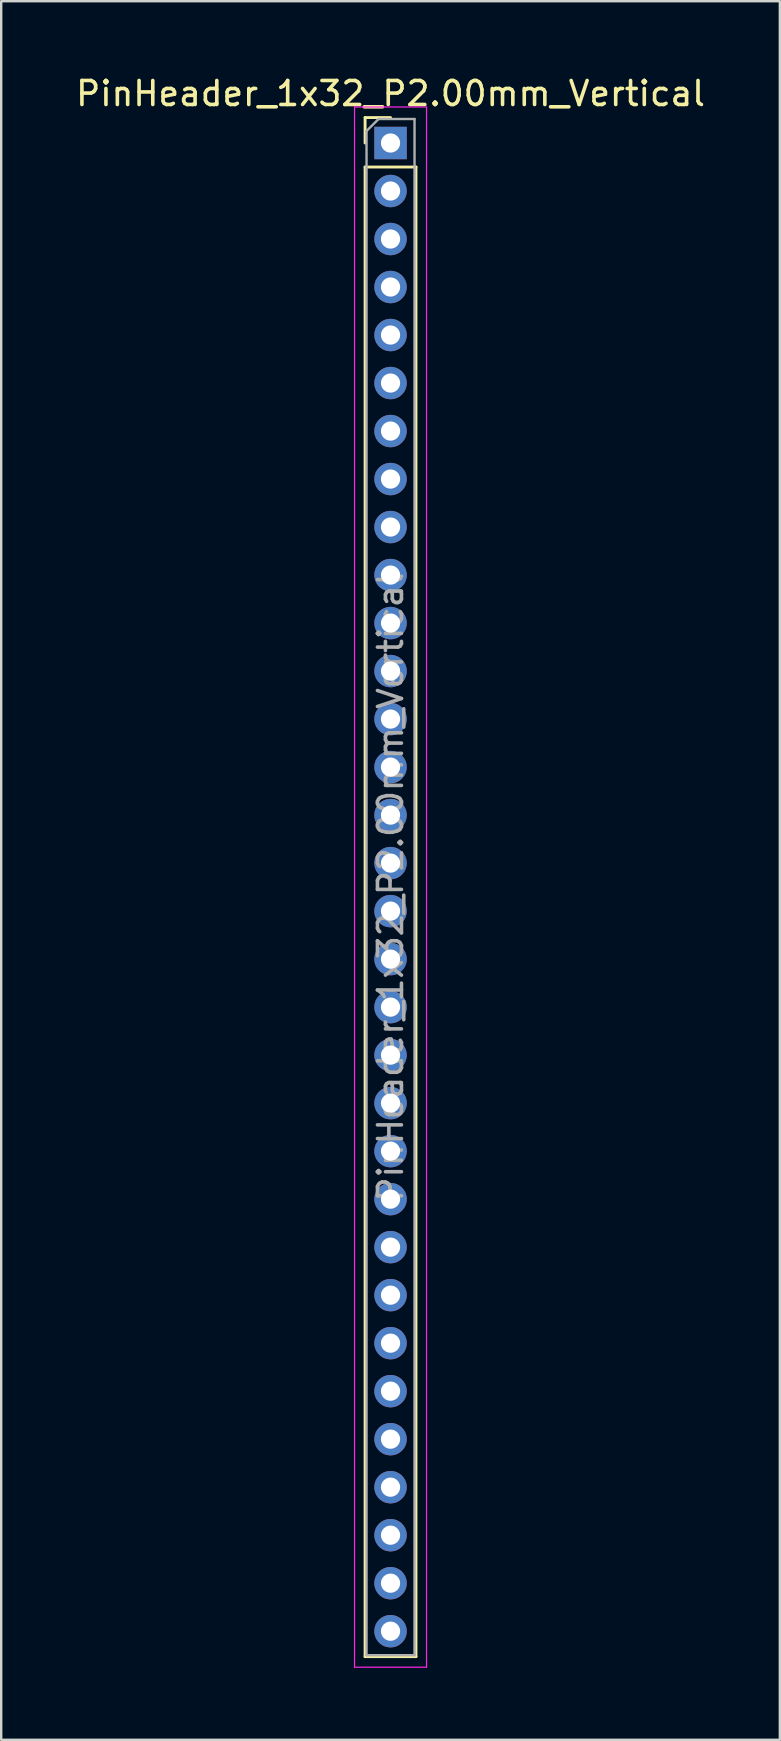
<source format=kicad_pcb>
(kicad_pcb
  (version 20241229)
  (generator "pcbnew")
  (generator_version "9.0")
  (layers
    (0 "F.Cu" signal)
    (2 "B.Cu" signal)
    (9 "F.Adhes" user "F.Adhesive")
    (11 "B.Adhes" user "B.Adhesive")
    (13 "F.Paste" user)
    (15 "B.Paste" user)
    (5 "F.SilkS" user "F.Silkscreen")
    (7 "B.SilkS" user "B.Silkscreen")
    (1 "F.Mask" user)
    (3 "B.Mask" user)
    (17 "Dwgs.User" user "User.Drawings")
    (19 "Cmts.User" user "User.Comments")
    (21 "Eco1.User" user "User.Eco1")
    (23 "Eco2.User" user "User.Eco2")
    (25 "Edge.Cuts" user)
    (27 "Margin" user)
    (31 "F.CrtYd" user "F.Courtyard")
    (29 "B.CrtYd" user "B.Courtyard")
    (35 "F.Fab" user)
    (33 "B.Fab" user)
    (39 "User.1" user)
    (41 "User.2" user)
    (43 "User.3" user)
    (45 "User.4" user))
  (footprint "PinHeader_1x32_P2.00mm_Vertical"
    (layer "F.Cu")
    (at 13.22 2.908)
    (property "Reference" "PinHeader_1x32_P2.00mm_Vertical" (at 0 -2.06 0) (layer "F.SilkS") (effects (font (size 1 1) (thickness 0.15))))
    (attr through_hole)
    (fp_line (start -1.06 -1.06) (end 0 -1.06) (stroke (width 0.12) (type solid)) (layer "F.SilkS"))
    (fp_line (start -1.06 0) (end -1.06 -1.06) (stroke (width 0.12) (type solid)) (layer "F.SilkS"))
    (fp_line (start -1.06 1) (end -1.06 63.06) (stroke (width 0.12) (type solid)) (layer "F.SilkS"))
    (fp_line (start -1.06 1) (end 1.06 1) (stroke (width 0.12) (type solid)) (layer "F.SilkS"))
    (fp_line (start -1.06 63.06) (end 1.06 63.06) (stroke (width 0.12) (type solid)) (layer "F.SilkS"))
    (fp_line (start 1.06 1) (end 1.06 63.06) (stroke (width 0.12) (type solid)) (layer "F.SilkS"))
    (fp_line (start -1.5 -1.5) (end -1.5 63.5) (stroke (width 0.05) (type solid)) (layer "F.CrtYd"))
    (fp_line (start -1.5 63.5) (end 1.5 63.5) (stroke (width 0.05) (type solid)) (layer "F.CrtYd"))
    (fp_line (start 1.5 -1.5) (end -1.5 -1.5) (stroke (width 0.05) (type solid)) (layer "F.CrtYd"))
    (fp_line (start 1.5 63.5) (end 1.5 -1.5) (stroke (width 0.05) (type solid)) (layer "F.CrtYd"))
    (fp_line (start -1 -0.5) (end -0.5 -1) (stroke (width 0.1) (type solid)) (layer "F.Fab"))
    (fp_line (start -1 63) (end -1 -0.5) (stroke (width 0.1) (type solid)) (layer "F.Fab"))
    (fp_line (start -0.5 -1) (end 1 -1) (stroke (width 0.1) (type solid)) (layer "F.Fab"))
    (fp_line (start 1 -1) (end 1 63) (stroke (width 0.1) (type solid)) (layer "F.Fab"))
    (fp_line (start 1 63) (end -1 63) (stroke (width 0.1) (type solid)) (layer "F.Fab"))
    (fp_text user "${REFERENCE}" (at 0 31 90) (layer "F.Fab") (effects (font (size 1 1) (thickness 0.15))))
    (pad "1" thru_hole rect (at 0 0) (size 1.35 1.35) (drill 0.8) (layers "*.Cu" "*.Mask"))
    (pad "2" thru_hole oval (at 0 2) (size 1.35 1.35) (drill 0.8) (layers "*.Cu" "*.Mask"))
    (pad "3" thru_hole oval (at 0 4) (size 1.35 1.35) (drill 0.8) (layers "*.Cu" "*.Mask"))
    (pad "4" thru_hole oval (at 0 6) (size 1.35 1.35) (drill 0.8) (layers "*.Cu" "*.Mask"))
    (pad "5" thru_hole oval (at 0 8) (size 1.35 1.35) (drill 0.8) (layers "*.Cu" "*.Mask"))
    (pad "6" thru_hole oval (at 0 10) (size 1.35 1.35) (drill 0.8) (layers "*.Cu" "*.Mask"))
    (pad "7" thru_hole oval (at 0 12) (size 1.35 1.35) (drill 0.8) (layers "*.Cu" "*.Mask"))
    (pad "8" thru_hole oval (at 0 14) (size 1.35 1.35) (drill 0.8) (layers "*.Cu" "*.Mask"))
    (pad "9" thru_hole oval (at 0 16) (size 1.35 1.35) (drill 0.8) (layers "*.Cu" "*.Mask"))
    (pad "10" thru_hole oval (at 0 18) (size 1.35 1.35) (drill 0.8) (layers "*.Cu" "*.Mask"))
    (pad "11" thru_hole oval (at 0 20) (size 1.35 1.35) (drill 0.8) (layers "*.Cu" "*.Mask"))
    (pad "12" thru_hole oval (at 0 22) (size 1.35 1.35) (drill 0.8) (layers "*.Cu" "*.Mask"))
    (pad "13" thru_hole oval (at 0 24) (size 1.35 1.35) (drill 0.8) (layers "*.Cu" "*.Mask"))
    (pad "14" thru_hole oval (at 0 26) (size 1.35 1.35) (drill 0.8) (layers "*.Cu" "*.Mask"))
    (pad "15" thru_hole oval (at 0 28) (size 1.35 1.35) (drill 0.8) (layers "*.Cu" "*.Mask"))
    (pad "16" thru_hole oval (at 0 30) (size 1.35 1.35) (drill 0.8) (layers "*.Cu" "*.Mask"))
    (pad "17" thru_hole oval (at 0 32) (size 1.35 1.35) (drill 0.8) (layers "*.Cu" "*.Mask"))
    (pad "18" thru_hole oval (at 0 34) (size 1.35 1.35) (drill 0.8) (layers "*.Cu" "*.Mask"))
    (pad "19" thru_hole oval (at 0 36) (size 1.35 1.35) (drill 0.8) (layers "*.Cu" "*.Mask"))
    (pad "20" thru_hole oval (at 0 38) (size 1.35 1.35) (drill 0.8) (layers "*.Cu" "*.Mask"))
    (pad "21" thru_hole oval (at 0 40) (size 1.35 1.35) (drill 0.8) (layers "*.Cu" "*.Mask"))
    (pad "22" thru_hole oval (at 0 42) (size 1.35 1.35) (drill 0.8) (layers "*.Cu" "*.Mask"))
    (pad "23" thru_hole oval (at 0 44) (size 1.35 1.35) (drill 0.8) (layers "*.Cu" "*.Mask"))
    (pad "24" thru_hole oval (at 0 46) (size 1.35 1.35) (drill 0.8) (layers "*.Cu" "*.Mask"))
    (pad "25" thru_hole oval (at 0 48) (size 1.35 1.35) (drill 0.8) (layers "*.Cu" "*.Mask"))
    (pad "26" thru_hole oval (at 0 50) (size 1.35 1.35) (drill 0.8) (layers "*.Cu" "*.Mask"))
    (pad "27" thru_hole oval (at 0 52) (size 1.35 1.35) (drill 0.8) (layers "*.Cu" "*.Mask"))
    (pad "28" thru_hole oval (at 0 54) (size 1.35 1.35) (drill 0.8) (layers "*.Cu" "*.Mask"))
    (pad "29" thru_hole oval (at 0 56) (size 1.35 1.35) (drill 0.8) (layers "*.Cu" "*.Mask"))
    (pad "30" thru_hole oval (at 0 58) (size 1.35 1.35) (drill 0.8) (layers "*.Cu" "*.Mask"))
    (pad "31" thru_hole oval (at 0 60) (size 1.35 1.35) (drill 0.8) (layers "*.Cu" "*.Mask"))
    (pad "32" thru_hole oval (at 0 62) (size 1.35 1.35) (drill 0.8) (layers "*.Cu" "*.Mask")))
  (gr_rect
    (start -3 -3)
    (end 29.44 69.433)
    (stroke (width 0.1) (type default))
    (fill no)
    (layer "Edge.Cuts")))
</source>
